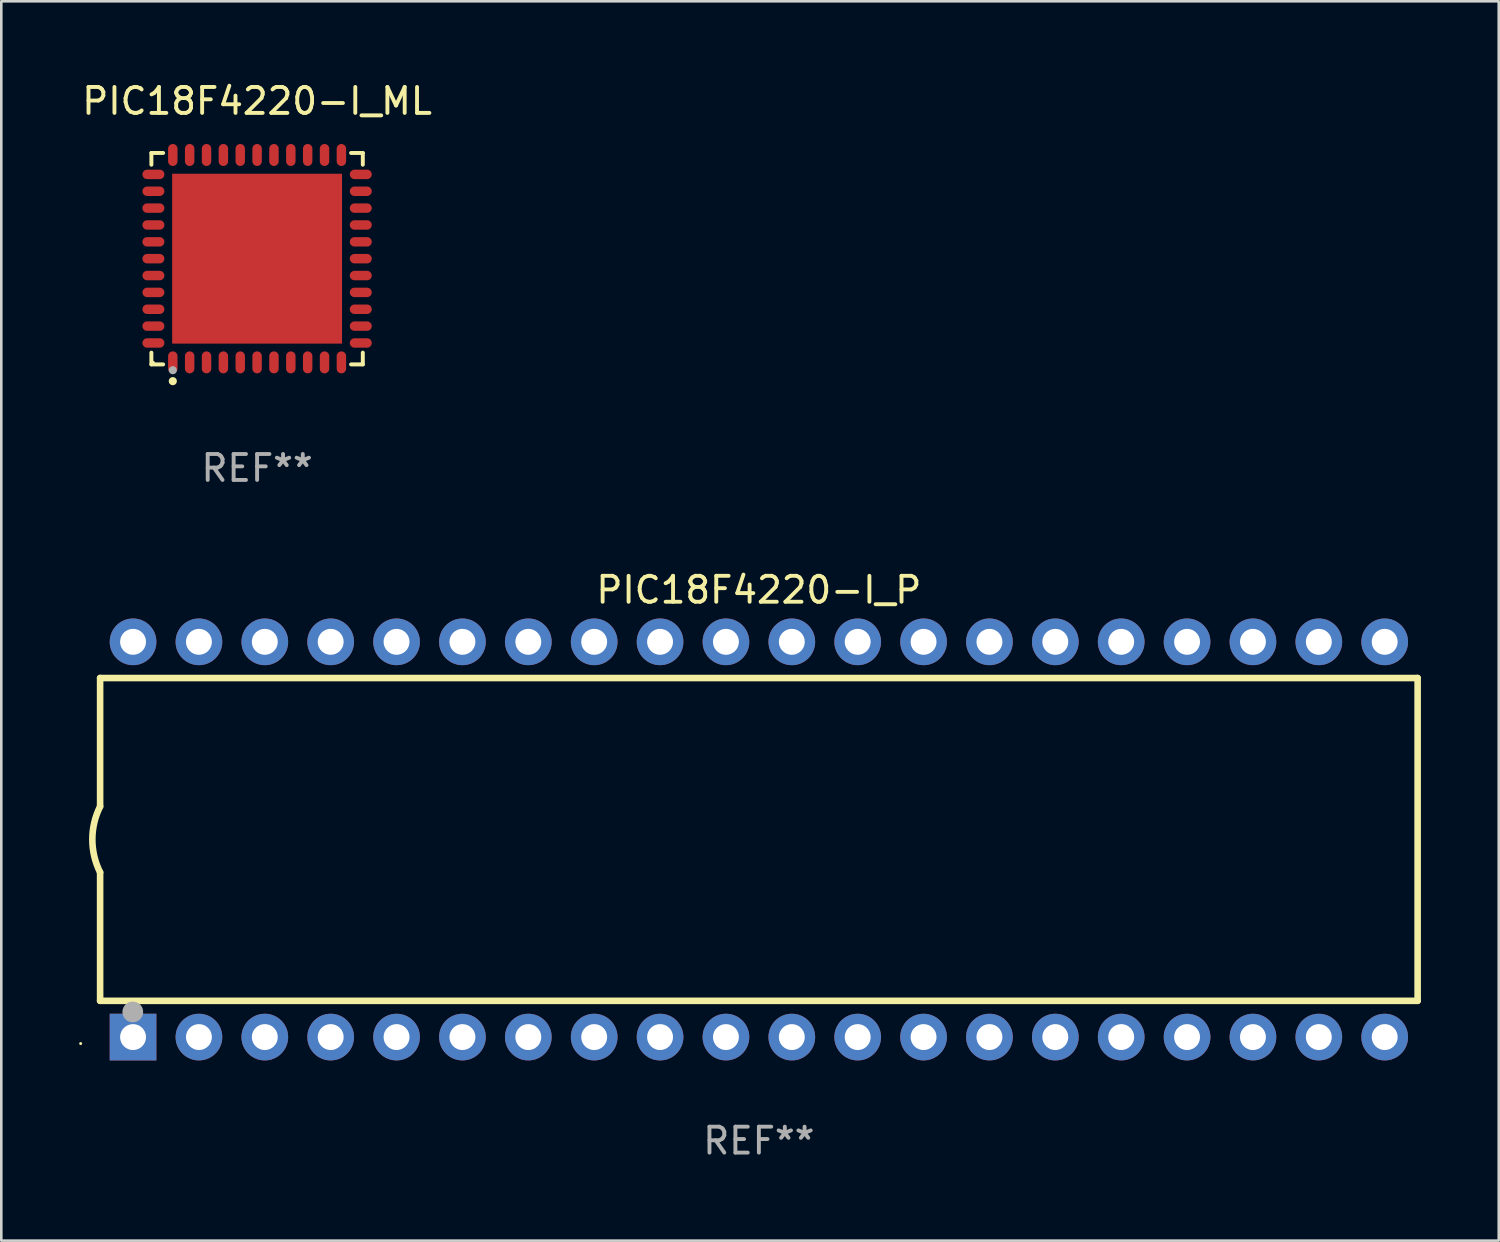
<source format=kicad_pcb>
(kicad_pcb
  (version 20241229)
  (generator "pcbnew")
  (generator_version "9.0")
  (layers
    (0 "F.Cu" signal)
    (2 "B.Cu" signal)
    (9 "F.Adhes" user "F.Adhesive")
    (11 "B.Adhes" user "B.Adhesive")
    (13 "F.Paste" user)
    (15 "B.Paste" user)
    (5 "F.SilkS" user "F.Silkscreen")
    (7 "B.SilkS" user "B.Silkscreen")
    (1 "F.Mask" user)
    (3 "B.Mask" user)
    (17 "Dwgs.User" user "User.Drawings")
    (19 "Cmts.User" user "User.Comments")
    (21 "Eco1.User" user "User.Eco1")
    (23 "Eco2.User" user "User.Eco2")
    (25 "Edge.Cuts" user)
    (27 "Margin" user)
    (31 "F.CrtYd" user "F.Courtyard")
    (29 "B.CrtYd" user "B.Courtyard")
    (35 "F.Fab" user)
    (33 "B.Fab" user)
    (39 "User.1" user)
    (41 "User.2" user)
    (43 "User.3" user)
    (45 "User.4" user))
  (footprint "PIC18F4220-I_P"
    (layer "F.Cu")
    (at 26.21 29.317)
    (property "Reference" "PIC18F4220-I_P" (at 0 -9.62 0) (layer "F.SilkS") (effects (font (size 1 1) (thickness 0.15))))
    (attr through_hole)
    (fp_line (start -25.4 -6.224) (end -25.4 -1.271) (stroke (width 0.254) (type solid)) (layer "F.SilkS"))
    (fp_line (start -25.4 -6.224) (end 25.4 -6.224) (stroke (width 0.254) (type solid)) (layer "F.SilkS"))
    (fp_line (start -25.4 1.269) (end -25.4 6.222) (stroke (width 0.254) (type solid)) (layer "F.SilkS"))
    (fp_line (start -25.4 6.222) (end 25.4 6.222) (stroke (width 0.254) (type solid)) (layer "F.SilkS"))
    (fp_line (start 25.4 6.222) (end 25.4 -6.224) (stroke (width 0.254) (type solid)) (layer "F.SilkS"))
    (fp_arc (start -25.4 1.269241) (mid -25.699807 -0.000762) (end -25.4 -1.270765) (stroke (width 0.254001) (type solid)) (layer "F.SilkS"))
    (fp_circle (center -26.15 7.87) (end -26.12 7.87) (stroke (width 0.06) (type solid)) (fill no) (layer "F.SilkS"))
    (fp_circle (center -24.14 6.65) (end -23.94 6.65) (stroke (width 0.4) (type solid)) (fill no) (layer "F.Fab"))
    (fp_text user "REF**" (at 0 11.62 0) (layer "F.Fab") (effects (font (size 1 1) (thickness 0.15))))
    (pad "1" thru_hole rect (at -24.13 7.62 90) (size 1.8 1.8) (drill 1) (layers "*.Cu" "*.Mask"))
    (pad "2" thru_hole circle (at -21.59 7.62) (size 1.8 1.8) (drill 1) (layers "*.Cu" "*.Mask"))
    (pad "3" thru_hole circle (at -19.05 7.62) (size 1.8 1.8) (drill 1) (layers "*.Cu" "*.Mask"))
    (pad "4" thru_hole circle (at -16.51 7.62) (size 1.8 1.8) (drill 1) (layers "*.Cu" "*.Mask"))
    (pad "5" thru_hole circle (at -13.97 7.62) (size 1.8 1.8) (drill 1) (layers "*.Cu" "*.Mask"))
    (pad "6" thru_hole circle (at -11.43 7.62) (size 1.8 1.8) (drill 1) (layers "*.Cu" "*.Mask"))
    (pad "7" thru_hole circle (at -8.89 7.62) (size 1.8 1.8) (drill 1) (layers "*.Cu" "*.Mask"))
    (pad "8" thru_hole circle (at -6.35 7.62) (size 1.8 1.8) (drill 1) (layers "*.Cu" "*.Mask"))
    (pad "9" thru_hole circle (at -3.81 7.62) (size 1.8 1.8) (drill 1) (layers "*.Cu" "*.Mask"))
    (pad "10" thru_hole circle (at -1.27 7.62) (size 1.8 1.8) (drill 1) (layers "*.Cu" "*.Mask"))
    (pad "11" thru_hole circle (at 1.27 7.62) (size 1.8 1.8) (drill 1) (layers "*.Cu" "*.Mask"))
    (pad "12" thru_hole circle (at 3.81 7.62) (size 1.8 1.8) (drill 1) (layers "*.Cu" "*.Mask"))
    (pad "13" thru_hole circle (at 6.35 7.62) (size 1.8 1.8) (drill 1) (layers "*.Cu" "*.Mask"))
    (pad "14" thru_hole circle (at 8.89 7.62) (size 1.8 1.8) (drill 1) (layers "*.Cu" "*.Mask"))
    (pad "15" thru_hole circle (at 11.43 7.62) (size 1.8 1.8) (drill 1) (layers "*.Cu" "*.Mask"))
    (pad "16" thru_hole circle (at 13.97 7.62) (size 1.8 1.8) (drill 1) (layers "*.Cu" "*.Mask"))
    (pad "17" thru_hole circle (at 16.51 7.62) (size 1.8 1.8) (drill 1) (layers "*.Cu" "*.Mask"))
    (pad "18" thru_hole circle (at 19.05 7.62) (size 1.8 1.8) (drill 1) (layers "*.Cu" "*.Mask"))
    (pad "19" thru_hole circle (at 21.59 7.62) (size 1.8 1.8) (drill 1) (layers "*.Cu" "*.Mask"))
    (pad "20" thru_hole circle (at 24.13 7.62) (size 1.8 1.8) (drill 1) (layers "*.Cu" "*.Mask"))
    (pad "21" thru_hole circle (at 24.13 -7.62) (size 1.8 1.8) (drill 1) (layers "*.Cu" "*.Mask"))
    (pad "22" thru_hole circle (at 21.59 -7.62) (size 1.8 1.8) (drill 1) (layers "*.Cu" "*.Mask"))
    (pad "23" thru_hole circle (at 19.05 -7.62) (size 1.8 1.8) (drill 1) (layers "*.Cu" "*.Mask"))
    (pad "24" thru_hole circle (at 16.51 -7.62) (size 1.8 1.8) (drill 1) (layers "*.Cu" "*.Mask"))
    (pad "25" thru_hole circle (at 13.97 -7.62) (size 1.8 1.8) (drill 1) (layers "*.Cu" "*.Mask"))
    (pad "26" thru_hole circle (at 11.43 -7.62) (size 1.8 1.8) (drill 1) (layers "*.Cu" "*.Mask"))
    (pad "27" thru_hole circle (at 8.89 -7.62) (size 1.8 1.8) (drill 1) (layers "*.Cu" "*.Mask"))
    (pad "28" thru_hole circle (at 6.35 -7.62) (size 1.8 1.8) (drill 1) (layers "*.Cu" "*.Mask"))
    (pad "29" thru_hole circle (at 3.81 -7.62) (size 1.8 1.8) (drill 1) (layers "*.Cu" "*.Mask"))
    (pad "30" thru_hole circle (at 1.27 -7.62) (size 1.8 1.8) (drill 1) (layers "*.Cu" "*.Mask"))
    (pad "31" thru_hole circle (at -1.27 -7.62) (size 1.8 1.8) (drill 1) (layers "*.Cu" "*.Mask"))
    (pad "32" thru_hole circle (at -3.81 -7.62) (size 1.8 1.8) (drill 1) (layers "*.Cu" "*.Mask"))
    (pad "33" thru_hole circle (at -6.35 -7.62) (size 1.8 1.8) (drill 1) (layers "*.Cu" "*.Mask"))
    (pad "34" thru_hole circle (at -8.89 -7.62) (size 1.8 1.8) (drill 1) (layers "*.Cu" "*.Mask"))
    (pad "35" thru_hole circle (at -11.43 -7.62) (size 1.8 1.8) (drill 1) (layers "*.Cu" "*.Mask"))
    (pad "36" thru_hole circle (at -13.97 -7.62) (size 1.8 1.8) (drill 1) (layers "*.Cu" "*.Mask"))
    (pad "37" thru_hole circle (at -16.51 -7.62) (size 1.8 1.8) (drill 1) (layers "*.Cu" "*.Mask"))
    (pad "38" thru_hole circle (at -19.05 -7.62) (size 1.8 1.8) (drill 1) (layers "*.Cu" "*.Mask"))
    (pad "39" thru_hole circle (at -21.59 -7.62) (size 1.8 1.8) (drill 1) (layers "*.Cu" "*.Mask"))
    (pad "40" thru_hole circle (at -24.13 -7.62) (size 1.8 1.8) (drill 1) (layers "*.Cu" "*.Mask")))
  (footprint "PIC18F4220-I_ML"
    (layer "F.Cu")
    (at 6.863 6.924)
    (property "Reference" "PIC18F4220-I_ML" (at 0 -6.076 0) (layer "F.SilkS") (effects (font (size 1 1) (thickness 0.15))))
    (attr through_hole)
    (fp_line (start -4.076 -4.076) (end -3.623 -4.076) (stroke (width 0.152) (type solid)) (layer "F.SilkS"))
    (fp_line (start -4.076 -3.623) (end -4.076 -4.076) (stroke (width 0.152) (type solid)) (layer "F.SilkS"))
    (fp_line (start -4.076 3.623) (end -4.076 4.076) (stroke (width 0.152) (type solid)) (layer "F.SilkS"))
    (fp_line (start -4.076 4.076) (end -3.623 4.076) (stroke (width 0.152) (type solid)) (layer "F.SilkS"))
    (fp_line (start 4.076 -4.076) (end 3.623 -4.076) (stroke (width 0.152) (type solid)) (layer "F.SilkS"))
    (fp_line (start 4.076 -3.623) (end 4.076 -4.076) (stroke (width 0.152) (type solid)) (layer "F.SilkS"))
    (fp_line (start 4.076 3.623) (end 4.076 4.076) (stroke (width 0.152) (type solid)) (layer "F.SilkS"))
    (fp_line (start 4.076 4.076) (end 3.623 4.076) (stroke (width 0.152) (type solid)) (layer "F.SilkS"))
    (fp_circle (center -4 4) (end -3.97 4) (stroke (width 0.06) (type solid)) (fill no) (layer "F.SilkS"))
    (fp_circle (center -3.25 4.722) (end -3.171 4.722) (stroke (width 0.158) (type solid)) (fill no) (layer "F.SilkS"))
    (fp_circle (center -3.25 4.3) (end -3.171 4.3) (stroke (width 0.158) (type solid)) (fill no) (layer "F.Fab"))
    (fp_text user "REF**" (at 0 8.076 0) (layer "F.Fab") (effects (font (size 1 1) (thickness 0.15))))
    (pad "1" smd oval (at -3.25 3.998) (size 0.364 0.847) (layers "F.Cu" "F.Mask" "F.Paste"))
    (pad "2" smd oval (at -2.6 3.998) (size 0.364 0.847) (layers "F.Cu" "F.Mask" "F.Paste"))
    (pad "3" smd oval (at -1.95 3.998) (size 0.364 0.847) (layers "F.Cu" "F.Mask" "F.Paste"))
    (pad "4" smd oval (at -1.3 3.998) (size 0.364 0.847) (layers "F.Cu" "F.Mask" "F.Paste"))
    (pad "5" smd oval (at -0.65 3.998) (size 0.364 0.847) (layers "F.Cu" "F.Mask" "F.Paste"))
    (pad "6" smd oval (at 0 3.998) (size 0.364 0.847) (layers "F.Cu" "F.Mask" "F.Paste"))
    (pad "7" smd oval (at 0.65 3.998) (size 0.364 0.847) (layers "F.Cu" "F.Mask" "F.Paste"))
    (pad "8" smd oval (at 1.3 3.998) (size 0.364 0.847) (layers "F.Cu" "F.Mask" "F.Paste"))
    (pad "9" smd oval (at 1.95 3.998) (size 0.364 0.847) (layers "F.Cu" "F.Mask" "F.Paste"))
    (pad "10" smd oval (at 2.6 3.998) (size 0.364 0.847) (layers "F.Cu" "F.Mask" "F.Paste"))
    (pad "11" smd oval (at 3.25 3.998) (size 0.364 0.847) (layers "F.Cu" "F.Mask" "F.Paste"))
    (pad "12" smd oval (at 3.998 3.25) (size 0.847 0.364) (layers "F.Cu" "F.Mask" "F.Paste"))
    (pad "13" smd oval (at 3.998 2.6) (size 0.847 0.364) (layers "F.Cu" "F.Mask" "F.Paste"))
    (pad "14" smd oval (at 3.998 1.95) (size 0.847 0.364) (layers "F.Cu" "F.Mask" "F.Paste"))
    (pad "15" smd oval (at 3.998 1.3) (size 0.847 0.364) (layers "F.Cu" "F.Mask" "F.Paste"))
    (pad "16" smd oval (at 3.998 0.65) (size 0.847 0.364) (layers "F.Cu" "F.Mask" "F.Paste"))
    (pad "17" smd oval (at 3.998 0) (size 0.847 0.364) (layers "F.Cu" "F.Mask" "F.Paste"))
    (pad "18" smd oval (at 3.998 -0.65) (size 0.847 0.364) (layers "F.Cu" "F.Mask" "F.Paste"))
    (pad "19" smd oval (at 3.998 -1.3) (size 0.847 0.364) (layers "F.Cu" "F.Mask" "F.Paste"))
    (pad "20" smd oval (at 3.998 -1.95) (size 0.847 0.364) (layers "F.Cu" "F.Mask" "F.Paste"))
    (pad "21" smd oval (at 3.998 -2.6) (size 0.847 0.364) (layers "F.Cu" "F.Mask" "F.Paste"))
    (pad "22" smd oval (at 3.998 -3.25) (size 0.847 0.364) (layers "F.Cu" "F.Mask" "F.Paste"))
    (pad "23" smd oval (at 3.25 -3.998) (size 0.364 0.847) (layers "F.Cu" "F.Mask" "F.Paste"))
    (pad "24" smd oval (at 2.6 -3.998) (size 0.364 0.847) (layers "F.Cu" "F.Mask" "F.Paste"))
    (pad "25" smd oval (at 1.95 -3.998) (size 0.364 0.847) (layers "F.Cu" "F.Mask" "F.Paste"))
    (pad "26" smd oval (at 1.3 -3.998) (size 0.364 0.847) (layers "F.Cu" "F.Mask" "F.Paste"))
    (pad "27" smd oval (at 0.65 -3.998) (size 0.364 0.847) (layers "F.Cu" "F.Mask" "F.Paste"))
    (pad "28" smd oval (at 0 -3.998) (size 0.364 0.847) (layers "F.Cu" "F.Mask" "F.Paste"))
    (pad "29" smd oval (at -0.65 -3.998) (size 0.364 0.847) (layers "F.Cu" "F.Mask" "F.Paste"))
    (pad "30" smd oval (at -1.3 -3.998) (size 0.364 0.847) (layers "F.Cu" "F.Mask" "F.Paste"))
    (pad "31" smd oval (at -1.95 -3.998) (size 0.364 0.847) (layers "F.Cu" "F.Mask" "F.Paste"))
    (pad "32" smd oval (at -2.6 -3.998) (size 0.364 0.847) (layers "F.Cu" "F.Mask" "F.Paste"))
    (pad "33" smd oval (at -3.25 -3.998) (size 0.364 0.847) (layers "F.Cu" "F.Mask" "F.Paste"))
    (pad "34" smd oval (at -3.998 -3.25) (size 0.847 0.364) (layers "F.Cu" "F.Mask" "F.Paste"))
    (pad "35" smd oval (at -3.998 -2.6) (size 0.847 0.364) (layers "F.Cu" "F.Mask" "F.Paste"))
    (pad "36" smd oval (at -3.998 -1.95) (size 0.847 0.364) (layers "F.Cu" "F.Mask" "F.Paste"))
    (pad "37" smd oval (at -3.998 -1.3) (size 0.847 0.364) (layers "F.Cu" "F.Mask" "F.Paste"))
    (pad "38" smd oval (at -3.998 -0.65) (size 0.847 0.364) (layers "F.Cu" "F.Mask" "F.Paste"))
    (pad "39" smd oval (at -3.998 0) (size 0.847 0.364) (layers "F.Cu" "F.Mask" "F.Paste"))
    (pad "40" smd oval (at -3.998 0.65) (size 0.847 0.364) (layers "F.Cu" "F.Mask" "F.Paste"))
    (pad "41" smd oval (at -3.998 1.3) (size 0.847 0.364) (layers "F.Cu" "F.Mask" "F.Paste"))
    (pad "42" smd oval (at -3.998 1.95) (size 0.847 0.364) (layers "F.Cu" "F.Mask" "F.Paste"))
    (pad "43" smd oval (at -3.998 2.6) (size 0.847 0.364) (layers "F.Cu" "F.Mask" "F.Paste"))
    (pad "44" smd oval (at -3.998 3.25) (size 0.847 0.364) (layers "F.Cu" "F.Mask" "F.Paste"))
    (pad "45" smd rect (at 0 0) (size 6.55 6.55) (layers "F.Cu" "F.Mask" "F.Paste")))
  (gr_rect
    (start -3 -3)
    (end 54.737 44.785)
    (stroke (width 0.1) (type default))
    (fill no)
    (layer "Edge.Cuts")))
</source>
